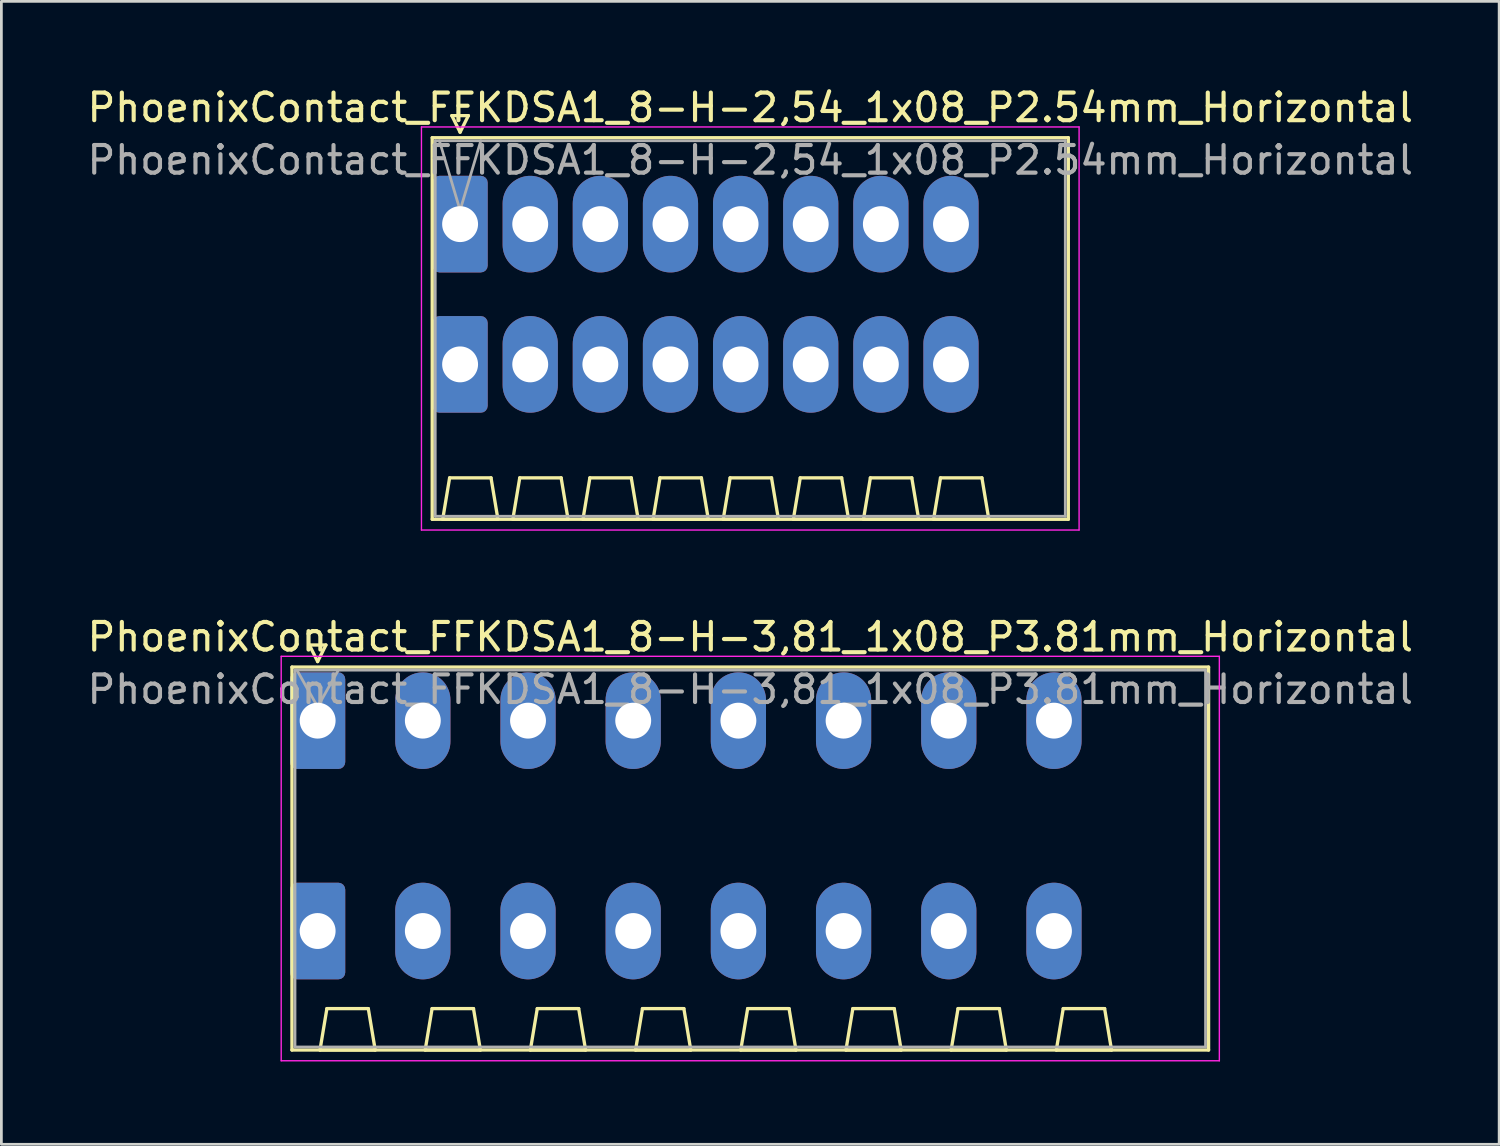
<source format=kicad_pcb>
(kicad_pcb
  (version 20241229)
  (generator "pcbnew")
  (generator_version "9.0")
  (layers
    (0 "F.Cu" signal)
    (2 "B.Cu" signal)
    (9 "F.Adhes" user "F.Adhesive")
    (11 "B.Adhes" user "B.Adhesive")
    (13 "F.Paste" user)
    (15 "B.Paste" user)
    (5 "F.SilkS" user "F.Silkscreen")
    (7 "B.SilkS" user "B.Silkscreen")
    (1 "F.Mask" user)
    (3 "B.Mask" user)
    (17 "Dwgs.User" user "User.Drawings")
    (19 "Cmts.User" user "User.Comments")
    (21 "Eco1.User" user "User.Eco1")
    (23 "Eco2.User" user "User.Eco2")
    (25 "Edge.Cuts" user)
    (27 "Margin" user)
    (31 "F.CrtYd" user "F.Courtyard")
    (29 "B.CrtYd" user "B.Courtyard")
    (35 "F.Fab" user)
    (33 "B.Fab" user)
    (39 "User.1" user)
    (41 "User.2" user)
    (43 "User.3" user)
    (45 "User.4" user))
  (footprint "PhoenixContact_FFKDSA1_8-H-3,81_1x08_P3.81mm_Horizontal"
    (layer "F.Cu")
    (at 8.455 23.052)
    (property "Reference" "PhoenixContact_FFKDSA1_8-H-3,81_1x08_P3.81mm_Horizontal" (at 15.67 -3.03 0) (layer "F.SilkS") (effects (font (size 1 1) (thickness 0.15))))
    (attr through_hole)
    (fp_line (start -0.93 -1.94) (end -0.93 11.93) (stroke (width 0.12) (type solid)) (layer "F.SilkS"))
    (fp_line (start -0.93 11.93) (end 32.27 11.93) (stroke (width 0.12) (type solid)) (layer "F.SilkS"))
    (fp_line (start -0.3 -2.74) (end 0.3 -2.74) (stroke (width 0.12) (type solid)) (layer "F.SilkS"))
    (fp_line (start 0 -2.14) (end -0.3 -2.74) (stroke (width 0.12) (type solid)) (layer "F.SilkS"))
    (fp_line (start 0.085 11.93) (end 2.085 11.93) (stroke (width 0.12) (type solid)) (layer "F.SilkS"))
    (fp_line (start 0.3 -2.74) (end 0 -2.14) (stroke (width 0.12) (type solid)) (layer "F.SilkS"))
    (fp_line (start 0.335 10.43) (end 0.085 11.93) (stroke (width 0.12) (type solid)) (layer "F.SilkS"))
    (fp_line (start 1.835 10.43) (end 0.335 10.43) (stroke (width 0.12) (type solid)) (layer "F.SilkS"))
    (fp_line (start 2.085 11.93) (end 1.835 10.43) (stroke (width 0.12) (type solid)) (layer "F.SilkS"))
    (fp_line (start 3.895 11.93) (end 5.895 11.93) (stroke (width 0.12) (type solid)) (layer "F.SilkS"))
    (fp_line (start 4.145 10.43) (end 3.895 11.93) (stroke (width 0.12) (type solid)) (layer "F.SilkS"))
    (fp_line (start 5.645 10.43) (end 4.145 10.43) (stroke (width 0.12) (type solid)) (layer "F.SilkS"))
    (fp_line (start 5.895 11.93) (end 5.645 10.43) (stroke (width 0.12) (type solid)) (layer "F.SilkS"))
    (fp_line (start 7.705 11.93) (end 9.705 11.93) (stroke (width 0.12) (type solid)) (layer "F.SilkS"))
    (fp_line (start 7.955 10.43) (end 7.705 11.93) (stroke (width 0.12) (type solid)) (layer "F.SilkS"))
    (fp_line (start 9.455 10.43) (end 7.955 10.43) (stroke (width 0.12) (type solid)) (layer "F.SilkS"))
    (fp_line (start 9.705 11.93) (end 9.455 10.43) (stroke (width 0.12) (type solid)) (layer "F.SilkS"))
    (fp_line (start 11.515 11.93) (end 13.515 11.93) (stroke (width 0.12) (type solid)) (layer "F.SilkS"))
    (fp_line (start 11.765 10.43) (end 11.515 11.93) (stroke (width 0.12) (type solid)) (layer "F.SilkS"))
    (fp_line (start 13.265 10.43) (end 11.765 10.43) (stroke (width 0.12) (type solid)) (layer "F.SilkS"))
    (fp_line (start 13.515 11.93) (end 13.265 10.43) (stroke (width 0.12) (type solid)) (layer "F.SilkS"))
    (fp_line (start 15.325 11.93) (end 17.325 11.93) (stroke (width 0.12) (type solid)) (layer "F.SilkS"))
    (fp_line (start 15.575 10.43) (end 15.325 11.93) (stroke (width 0.12) (type solid)) (layer "F.SilkS"))
    (fp_line (start 17.075 10.43) (end 15.575 10.43) (stroke (width 0.12) (type solid)) (layer "F.SilkS"))
    (fp_line (start 17.325 11.93) (end 17.075 10.43) (stroke (width 0.12) (type solid)) (layer "F.SilkS"))
    (fp_line (start 19.135 11.93) (end 21.135 11.93) (stroke (width 0.12) (type solid)) (layer "F.SilkS"))
    (fp_line (start 19.385 10.43) (end 19.135 11.93) (stroke (width 0.12) (type solid)) (layer "F.SilkS"))
    (fp_line (start 20.885 10.43) (end 19.385 10.43) (stroke (width 0.12) (type solid)) (layer "F.SilkS"))
    (fp_line (start 21.135 11.93) (end 20.885 10.43) (stroke (width 0.12) (type solid)) (layer "F.SilkS"))
    (fp_line (start 22.945 11.93) (end 24.945 11.93) (stroke (width 0.12) (type solid)) (layer "F.SilkS"))
    (fp_line (start 23.195 10.43) (end 22.945 11.93) (stroke (width 0.12) (type solid)) (layer "F.SilkS"))
    (fp_line (start 24.695 10.43) (end 23.195 10.43) (stroke (width 0.12) (type solid)) (layer "F.SilkS"))
    (fp_line (start 24.945 11.93) (end 24.695 10.43) (stroke (width 0.12) (type solid)) (layer "F.SilkS"))
    (fp_line (start 26.755 11.93) (end 28.755 11.93) (stroke (width 0.12) (type solid)) (layer "F.SilkS"))
    (fp_line (start 27.005 10.43) (end 26.755 11.93) (stroke (width 0.12) (type solid)) (layer "F.SilkS"))
    (fp_line (start 28.505 10.43) (end 27.005 10.43) (stroke (width 0.12) (type solid)) (layer "F.SilkS"))
    (fp_line (start 28.755 11.93) (end 28.505 10.43) (stroke (width 0.12) (type solid)) (layer "F.SilkS"))
    (fp_line (start 32.27 -1.94) (end -0.93 -1.94) (stroke (width 0.12) (type solid)) (layer "F.SilkS"))
    (fp_line (start 32.27 11.93) (end 32.27 -1.94) (stroke (width 0.12) (type solid)) (layer "F.SilkS"))
    (fp_line (start -1.32 -2.33) (end -1.32 12.32) (stroke (width 0.05) (type solid)) (layer "F.CrtYd"))
    (fp_line (start -1.32 12.32) (end 32.66 12.32) (stroke (width 0.05) (type solid)) (layer "F.CrtYd"))
    (fp_line (start 32.66 -2.33) (end -1.32 -2.33) (stroke (width 0.05) (type solid)) (layer "F.CrtYd"))
    (fp_line (start 32.66 12.32) (end 32.66 -2.33) (stroke (width 0.05) (type solid)) (layer "F.CrtYd"))
    (fp_line (start -0.82 -1.83) (end -0.82 11.82) (stroke (width 0.1) (type solid)) (layer "F.Fab"))
    (fp_line (start -0.82 11.82) (end 32.16 11.82) (stroke (width 0.1) (type solid)) (layer "F.Fab"))
    (fp_line (start 0 -0.5) (end -0.75 -1.83) (stroke (width 0.1) (type solid)) (layer "F.Fab"))
    (fp_line (start 0.75 -1.83) (end 0 -0.5) (stroke (width 0.1) (type solid)) (layer "F.Fab"))
    (fp_line (start 32.16 -1.83) (end -0.82 -1.83) (stroke (width 0.1) (type solid)) (layer "F.Fab"))
    (fp_line (start 32.16 11.82) (end 32.16 -1.83) (stroke (width 0.1) (type solid)) (layer "F.Fab"))
    (fp_text user "${REFERENCE}" (at 15.67 -1.13 0) (layer "F.Fab") (effects (font (size 1 1) (thickness 0.15))))
    (pad "1" thru_hole roundrect (at 0 0) (size 2 3.5) (drill 1.3) (layers "*.Cu" "*.Mask") (roundrect_rratio 0.125))
    (pad "1" thru_hole roundrect (at 0 7.62) (size 2 3.5) (drill 1.3) (layers "*.Cu" "*.Mask") (roundrect_rratio 0.125))
    (pad "2" thru_hole oval (at 3.81 0) (size 2 3.5) (drill 1.3) (layers "*.Cu" "*.Mask"))
    (pad "2" thru_hole oval (at 3.81 7.62) (size 2 3.5) (drill 1.3) (layers "*.Cu" "*.Mask"))
    (pad "3" thru_hole oval (at 7.62 0) (size 2 3.5) (drill 1.3) (layers "*.Cu" "*.Mask"))
    (pad "3" thru_hole oval (at 7.62 7.62) (size 2 3.5) (drill 1.3) (layers "*.Cu" "*.Mask"))
    (pad "4" thru_hole oval (at 11.43 0) (size 2 3.5) (drill 1.3) (layers "*.Cu" "*.Mask"))
    (pad "4" thru_hole oval (at 11.43 7.62) (size 2 3.5) (drill 1.3) (layers "*.Cu" "*.Mask"))
    (pad "5" thru_hole oval (at 15.24 0) (size 2 3.5) (drill 1.3) (layers "*.Cu" "*.Mask"))
    (pad "5" thru_hole oval (at 15.24 7.62) (size 2 3.5) (drill 1.3) (layers "*.Cu" "*.Mask"))
    (pad "6" thru_hole oval (at 19.05 0) (size 2 3.5) (drill 1.3) (layers "*.Cu" "*.Mask"))
    (pad "6" thru_hole oval (at 19.05 7.62) (size 2 3.5) (drill 1.3) (layers "*.Cu" "*.Mask"))
    (pad "7" thru_hole oval (at 22.86 0) (size 2 3.5) (drill 1.3) (layers "*.Cu" "*.Mask"))
    (pad "7" thru_hole oval (at 22.86 7.62) (size 2 3.5) (drill 1.3) (layers "*.Cu" "*.Mask"))
    (pad "8" thru_hole oval (at 26.67 0) (size 2 3.5) (drill 1.3) (layers "*.Cu" "*.Mask"))
    (pad "8" thru_hole oval (at 26.67 7.62) (size 2 3.5) (drill 1.3) (layers "*.Cu" "*.Mask")))
  (footprint "PhoenixContact_FFKDSA1_8-H-2,54_1x08_P2.54mm_Horizontal"
    (layer "F.Cu")
    (at 13.615 5.068)
    (property "Reference" "PhoenixContact_FFKDSA1_8-H-2,54_1x08_P2.54mm_Horizontal" (at 10.51 -4.22 0) (layer "F.SilkS") (effects (font (size 1 1) (thickness 0.15))))
    (attr through_hole)
    (fp_line (start -1.01 -3.13) (end -1.01 10.69) (stroke (width 0.12) (type solid)) (layer "F.SilkS"))
    (fp_line (start -1.01 10.69) (end 22.03 10.69) (stroke (width 0.12) (type solid)) (layer "F.SilkS"))
    (fp_line (start -0.63 10.69) (end 1.37 10.69) (stroke (width 0.12) (type solid)) (layer "F.SilkS"))
    (fp_line (start -0.38 9.19) (end -0.63 10.69) (stroke (width 0.12) (type solid)) (layer "F.SilkS"))
    (fp_line (start -0.3 -3.93) (end 0.3 -3.93) (stroke (width 0.12) (type solid)) (layer "F.SilkS"))
    (fp_line (start 0 -3.33) (end -0.3 -3.93) (stroke (width 0.12) (type solid)) (layer "F.SilkS"))
    (fp_line (start 0.3 -3.93) (end 0 -3.33) (stroke (width 0.12) (type solid)) (layer "F.SilkS"))
    (fp_line (start 1.12 9.19) (end -0.38 9.19) (stroke (width 0.12) (type solid)) (layer "F.SilkS"))
    (fp_line (start 1.37 10.69) (end 1.12 9.19) (stroke (width 0.12) (type solid)) (layer "F.SilkS"))
    (fp_line (start 1.91 10.69) (end 3.91 10.69) (stroke (width 0.12) (type solid)) (layer "F.SilkS"))
    (fp_line (start 2.16 9.19) (end 1.91 10.69) (stroke (width 0.12) (type solid)) (layer "F.SilkS"))
    (fp_line (start 3.66 9.19) (end 2.16 9.19) (stroke (width 0.12) (type solid)) (layer "F.SilkS"))
    (fp_line (start 3.91 10.69) (end 3.66 9.19) (stroke (width 0.12) (type solid)) (layer "F.SilkS"))
    (fp_line (start 4.45 10.69) (end 6.45 10.69) (stroke (width 0.12) (type solid)) (layer "F.SilkS"))
    (fp_line (start 4.7 9.19) (end 4.45 10.69) (stroke (width 0.12) (type solid)) (layer "F.SilkS"))
    (fp_line (start 6.2 9.19) (end 4.7 9.19) (stroke (width 0.12) (type solid)) (layer "F.SilkS"))
    (fp_line (start 6.45 10.69) (end 6.2 9.19) (stroke (width 0.12) (type solid)) (layer "F.SilkS"))
    (fp_line (start 6.99 10.69) (end 8.99 10.69) (stroke (width 0.12) (type solid)) (layer "F.SilkS"))
    (fp_line (start 7.24 9.19) (end 6.99 10.69) (stroke (width 0.12) (type solid)) (layer "F.SilkS"))
    (fp_line (start 8.74 9.19) (end 7.24 9.19) (stroke (width 0.12) (type solid)) (layer "F.SilkS"))
    (fp_line (start 8.99 10.69) (end 8.74 9.19) (stroke (width 0.12) (type solid)) (layer "F.SilkS"))
    (fp_line (start 9.53 10.69) (end 11.53 10.69) (stroke (width 0.12) (type solid)) (layer "F.SilkS"))
    (fp_line (start 9.78 9.19) (end 9.53 10.69) (stroke (width 0.12) (type solid)) (layer "F.SilkS"))
    (fp_line (start 11.28 9.19) (end 9.78 9.19) (stroke (width 0.12) (type solid)) (layer "F.SilkS"))
    (fp_line (start 11.53 10.69) (end 11.28 9.19) (stroke (width 0.12) (type solid)) (layer "F.SilkS"))
    (fp_line (start 12.07 10.69) (end 14.07 10.69) (stroke (width 0.12) (type solid)) (layer "F.SilkS"))
    (fp_line (start 12.32 9.19) (end 12.07 10.69) (stroke (width 0.12) (type solid)) (layer "F.SilkS"))
    (fp_line (start 13.82 9.19) (end 12.32 9.19) (stroke (width 0.12) (type solid)) (layer "F.SilkS"))
    (fp_line (start 14.07 10.69) (end 13.82 9.19) (stroke (width 0.12) (type solid)) (layer "F.SilkS"))
    (fp_line (start 14.61 10.69) (end 16.61 10.69) (stroke (width 0.12) (type solid)) (layer "F.SilkS"))
    (fp_line (start 14.86 9.19) (end 14.61 10.69) (stroke (width 0.12) (type solid)) (layer "F.SilkS"))
    (fp_line (start 16.36 9.19) (end 14.86 9.19) (stroke (width 0.12) (type solid)) (layer "F.SilkS"))
    (fp_line (start 16.61 10.69) (end 16.36 9.19) (stroke (width 0.12) (type solid)) (layer "F.SilkS"))
    (fp_line (start 17.15 10.69) (end 19.15 10.69) (stroke (width 0.12) (type solid)) (layer "F.SilkS"))
    (fp_line (start 17.4 9.19) (end 17.15 10.69) (stroke (width 0.12) (type solid)) (layer "F.SilkS"))
    (fp_line (start 18.9 9.19) (end 17.4 9.19) (stroke (width 0.12) (type solid)) (layer "F.SilkS"))
    (fp_line (start 19.15 10.69) (end 18.9 9.19) (stroke (width 0.12) (type solid)) (layer "F.SilkS"))
    (fp_line (start 22.03 -3.13) (end -1.01 -3.13) (stroke (width 0.12) (type solid)) (layer "F.SilkS"))
    (fp_line (start 22.03 10.69) (end 22.03 -3.13) (stroke (width 0.12) (type solid)) (layer "F.SilkS"))
    (fp_line (start -1.4 -3.52) (end -1.4 11.08) (stroke (width 0.05) (type solid)) (layer "F.CrtYd"))
    (fp_line (start -1.4 11.08) (end 22.42 11.08) (stroke (width 0.05) (type solid)) (layer "F.CrtYd"))
    (fp_line (start 22.42 -3.52) (end -1.4 -3.52) (stroke (width 0.05) (type solid)) (layer "F.CrtYd"))
    (fp_line (start 22.42 11.08) (end 22.42 -3.52) (stroke (width 0.05) (type solid)) (layer "F.CrtYd"))
    (fp_line (start -0.9 -3.02) (end -0.9 10.58) (stroke (width 0.1) (type solid)) (layer "F.Fab"))
    (fp_line (start -0.9 10.58) (end 21.92 10.58) (stroke (width 0.1) (type solid)) (layer "F.Fab"))
    (fp_line (start 0 -0.5) (end -0.75 -3.02) (stroke (width 0.1) (type solid)) (layer "F.Fab"))
    (fp_line (start 0.75 -3.02) (end 0 -0.5) (stroke (width 0.1) (type solid)) (layer "F.Fab"))
    (fp_line (start 21.92 -3.02) (end -0.9 -3.02) (stroke (width 0.1) (type solid)) (layer "F.Fab"))
    (fp_line (start 21.92 10.58) (end 21.92 -3.02) (stroke (width 0.1) (type solid)) (layer "F.Fab"))
    (fp_text user "${REFERENCE}" (at 10.51 -2.32 0) (layer "F.Fab") (effects (font (size 1 1) (thickness 0.15))))
    (pad "1" thru_hole roundrect (at 0 0) (size 2 3.5) (drill 1.3) (layers "*.Cu" "*.Mask") (roundrect_rratio 0.125))
    (pad "1" thru_hole roundrect (at 0 5.08) (size 2 3.5) (drill 1.3) (layers "*.Cu" "*.Mask") (roundrect_rratio 0.125))
    (pad "2" thru_hole oval (at 2.54 0) (size 2 3.5) (drill 1.3) (layers "*.Cu" "*.Mask"))
    (pad "2" thru_hole oval (at 2.54 5.08) (size 2 3.5) (drill 1.3) (layers "*.Cu" "*.Mask"))
    (pad "3" thru_hole oval (at 5.08 0) (size 2 3.5) (drill 1.3) (layers "*.Cu" "*.Mask"))
    (pad "3" thru_hole oval (at 5.08 5.08) (size 2 3.5) (drill 1.3) (layers "*.Cu" "*.Mask"))
    (pad "4" thru_hole oval (at 7.62 0) (size 2 3.5) (drill 1.3) (layers "*.Cu" "*.Mask"))
    (pad "4" thru_hole oval (at 7.62 5.08) (size 2 3.5) (drill 1.3) (layers "*.Cu" "*.Mask"))
    (pad "5" thru_hole oval (at 10.16 0) (size 2 3.5) (drill 1.3) (layers "*.Cu" "*.Mask"))
    (pad "5" thru_hole oval (at 10.16 5.08) (size 2 3.5) (drill 1.3) (layers "*.Cu" "*.Mask"))
    (pad "6" thru_hole oval (at 12.7 0) (size 2 3.5) (drill 1.3) (layers "*.Cu" "*.Mask"))
    (pad "6" thru_hole oval (at 12.7 5.08) (size 2 3.5) (drill 1.3) (layers "*.Cu" "*.Mask"))
    (pad "7" thru_hole oval (at 15.24 0) (size 2 3.5) (drill 1.3) (layers "*.Cu" "*.Mask"))
    (pad "7" thru_hole oval (at 15.24 5.08) (size 2 3.5) (drill 1.3) (layers "*.Cu" "*.Mask"))
    (pad "8" thru_hole oval (at 17.78 0) (size 2 3.5) (drill 1.3) (layers "*.Cu" "*.Mask"))
    (pad "8" thru_hole oval (at 17.78 5.08) (size 2 3.5) (drill 1.3) (layers "*.Cu" "*.Mask")))
  (gr_rect
    (start -3 -3)
    (end 51.25 38.397)
    (stroke (width 0.1) (type default))
    (fill no)
    (layer "Edge.Cuts")))
</source>
